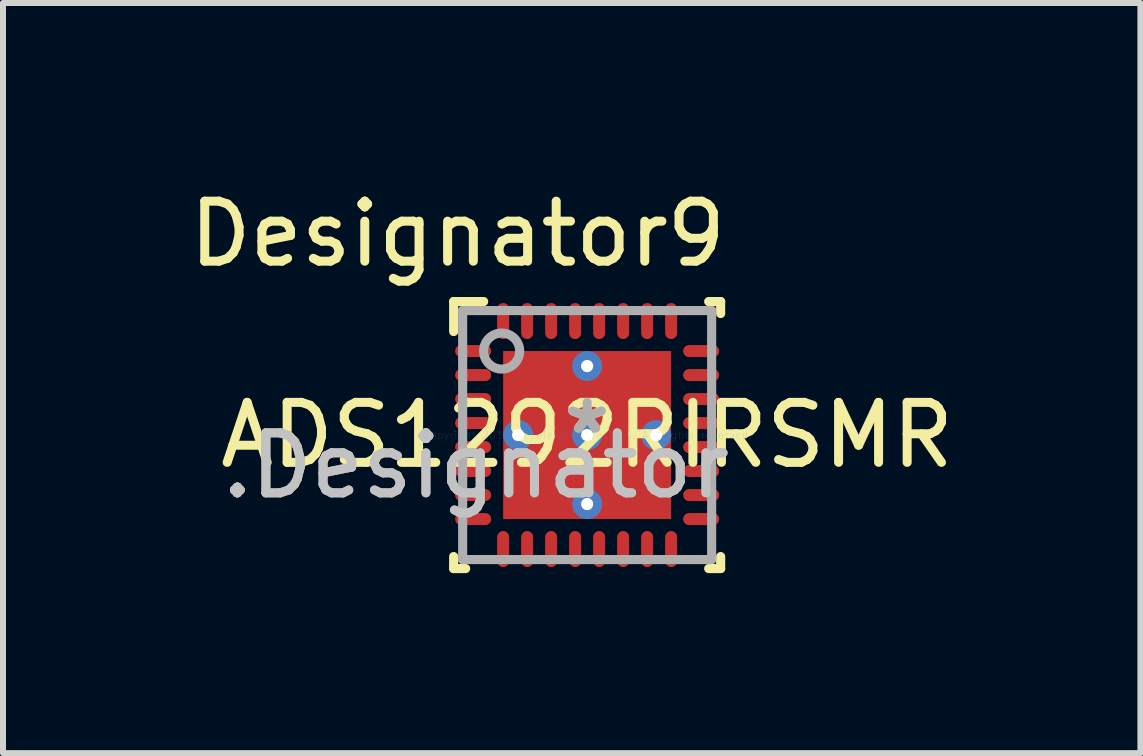
<source format=kicad_pcb>
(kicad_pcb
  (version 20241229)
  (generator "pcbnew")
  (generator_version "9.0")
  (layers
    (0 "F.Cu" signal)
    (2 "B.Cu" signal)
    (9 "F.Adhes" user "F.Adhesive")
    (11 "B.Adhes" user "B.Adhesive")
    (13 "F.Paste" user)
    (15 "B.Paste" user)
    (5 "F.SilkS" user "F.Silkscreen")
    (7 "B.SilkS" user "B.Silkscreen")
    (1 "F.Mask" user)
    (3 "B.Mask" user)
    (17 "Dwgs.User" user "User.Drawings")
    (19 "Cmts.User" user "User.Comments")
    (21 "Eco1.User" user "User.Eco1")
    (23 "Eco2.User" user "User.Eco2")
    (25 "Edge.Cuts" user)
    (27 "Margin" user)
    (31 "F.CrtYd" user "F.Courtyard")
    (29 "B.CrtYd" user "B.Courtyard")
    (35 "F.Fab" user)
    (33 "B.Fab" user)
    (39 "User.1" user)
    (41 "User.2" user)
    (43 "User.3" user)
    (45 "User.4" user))
  (footprint "ADS1292RIRSMR"
    (layer "F.Cu")
    (at 6.736 4.201)
    (property "Reference" "ADS1292RIRSMR" (at 0 0 0) (layer "F.SilkS") (effects (font (size 1 1) (thickness 0.15))))
    (attr through_hole)
    (fp_line (start -2.225 2.225) (end -2.225 2.025) (stroke (width 0.152) (type solid)) (layer "F.SilkS"))
    (fp_line (start -2.225 2.225) (end -2.025 2.225) (stroke (width 0.152) (type solid)) (layer "F.SilkS"))
    (fp_line (start -2.225 -2.225) (end -1.725 -2.225) (stroke (width 0.152) (type solid)) (layer "F.SilkS"))
    (fp_line (start -2.225 -1.725) (end -2.225 -2.225) (stroke (width 0.152) (type solid)) (layer "F.SilkS"))
    (fp_line (start 2.025 -2.225) (end 2.225 -2.225) (stroke (width 0.152) (type solid)) (layer "F.SilkS"))
    (fp_line (start 2.025 2.225) (end 2.225 2.225) (stroke (width 0.152) (type solid)) (layer "F.SilkS"))
    (fp_line (start 2.225 -2.025) (end 2.225 -2.225) (stroke (width 0.152) (type solid)) (layer "F.SilkS"))
    (fp_line (start 2.225 2.225) (end 2.225 2.025) (stroke (width 0.152) (type solid)) (layer "F.SilkS"))
    (fp_line (start -1.329 -1.329) (end -1.329 -0.1) (stroke (width 0.152) (type solid)) (layer "F.Paste"))
    (fp_line (start -1.329 -0.1) (end -0.1 -0.1) (stroke (width 0.152) (type solid)) (layer "F.Paste"))
    (fp_line (start -1.329 0.1) (end -1.329 1.329) (stroke (width 0.152) (type solid)) (layer "F.Paste"))
    (fp_line (start -1.329 1.329) (end -0.1 1.329) (stroke (width 0.152) (type solid)) (layer "F.Paste"))
    (fp_line (start -0.1 -1.329) (end -1.329 -1.329) (stroke (width 0.152) (type solid)) (layer "F.Paste"))
    (fp_line (start -0.1 -0.1) (end -0.1 -1.329) (stroke (width 0.152) (type solid)) (layer "F.Paste"))
    (fp_line (start -0.1 0.1) (end -1.329 0.1) (stroke (width 0.152) (type solid)) (layer "F.Paste"))
    (fp_line (start -0.1 1.329) (end -0.1 0.1) (stroke (width 0.152) (type solid)) (layer "F.Paste"))
    (fp_line (start 0.1 -1.329) (end 0.1 -0.1) (stroke (width 0.152) (type solid)) (layer "F.Paste"))
    (fp_line (start 0.1 -0.1) (end 1.329 -0.1) (stroke (width 0.152) (type solid)) (layer "F.Paste"))
    (fp_line (start 0.1 0.1) (end 0.1 1.329) (stroke (width 0.152) (type solid)) (layer "F.Paste"))
    (fp_line (start 0.1 1.329) (end 1.329 1.329) (stroke (width 0.152) (type solid)) (layer "F.Paste"))
    (fp_line (start 1.329 -1.329) (end 0.1 -1.329) (stroke (width 0.152) (type solid)) (layer "F.Paste"))
    (fp_line (start 1.329 -0.1) (end 1.329 -1.329) (stroke (width 0.152) (type solid)) (layer "F.Paste"))
    (fp_line (start 1.329 0.1) (end 0.1 0.1) (stroke (width 0.152) (type solid)) (layer "F.Paste"))
    (fp_line (start 1.329 1.329) (end 1.329 0.1) (stroke (width 0.152) (type solid)) (layer "F.Paste"))
    (fp_line (start -2.075 -2.075) (end 2.075 -2.075) (stroke (width 0.152) (type solid)) (layer "F.Fab"))
    (fp_line (start -2.075 2.075) (end -2.075 -2.075) (stroke (width 0.152) (type solid)) (layer "F.Fab"))
    (fp_line (start -2.075 2.075) (end 2.075 2.075) (stroke (width 0.152) (type solid)) (layer "F.Fab"))
    (fp_line (start 2.075 2.075) (end 2.075 -2.075) (stroke (width 0.152) (type solid)) (layer "F.Fab"))
    (fp_circle (center -1.425 -1.4) (end -1.125 -1.4) (stroke (width 0.152) (type solid)) (fill no) (layer "F.Fab"))
    (fp_text user "Designator9" (at -2.159 -3.353 0) (layer "F.SilkS") (effects (font (size 1 1) (thickness 0.15))))
    (fp_text user "*" (at 0 0 0) (layer "F.SilkS") (effects (font (size 1 1) (thickness 0.15))))
    (fp_text user ".Designator" (at -1.854 0.508 0) (layer "Dwgs.User") (effects (font (size 1 1) (thickness 0.15))))
    (fp_text user "Copyright 2016 Accelerated Designs. All rights reserved." (at 0 0 0) (layer "Cmts.User") (effects (font (size 0.127 0.127) (thickness 0.002))))
    (fp_text user ".Designator" (at -1.854 0.508 0) (layer "F.Fab") (effects (font (size 1 1) (thickness 0.15))))
    (fp_text user "*" (at 0 0 0) (layer "F.Fab") (effects (font (size 1 1) (thickness 0.15))))
    (pad "1" smd oval (at -1.9 -1.4 90) (size 0.2 0.6) (layers "F.Cu" "F.Mask" "F.Paste"))
    (pad "2" smd oval (at -1.9 -1 90) (size 0.2 0.6) (layers "F.Cu" "F.Mask" "F.Paste"))
    (pad "3" smd oval (at -1.9 -0.6 90) (size 0.2 0.6) (layers "F.Cu" "F.Mask" "F.Paste"))
    (pad "4" smd oval (at -1.9 -0.2 90) (size 0.2 0.6) (layers "F.Cu" "F.Mask" "F.Paste"))
    (pad "5" smd oval (at -1.9 0.2 90) (size 0.2 0.6) (layers "F.Cu" "F.Mask" "F.Paste"))
    (pad "6" smd oval (at -1.9 0.6 90) (size 0.2 0.6) (layers "F.Cu" "F.Mask" "F.Paste"))
    (pad "7" smd oval (at -1.9 1 90) (size 0.2 0.6) (layers "F.Cu" "F.Mask" "F.Paste"))
    (pad "8" smd oval (at -1.9 1.4 90) (size 0.2 0.6) (layers "F.Cu" "F.Mask" "F.Paste"))
    (pad "9" smd oval (at -1.4 1.9) (size 0.2 0.6) (layers "F.Cu" "F.Mask" "F.Paste"))
    (pad "10" smd oval (at -1 1.9) (size 0.2 0.6) (layers "F.Cu" "F.Mask" "F.Paste"))
    (pad "11" smd oval (at -0.6 1.9) (size 0.2 0.6) (layers "F.Cu" "F.Mask" "F.Paste"))
    (pad "12" smd oval (at -0.2 1.9) (size 0.2 0.6) (layers "F.Cu" "F.Mask" "F.Paste"))
    (pad "13" smd oval (at 0.2 1.9) (size 0.2 0.6) (layers "F.Cu" "F.Mask" "F.Paste"))
    (pad "14" smd oval (at 0.6 1.9) (size 0.2 0.6) (layers "F.Cu" "F.Mask" "F.Paste"))
    (pad "15" smd oval (at 1 1.9) (size 0.2 0.6) (layers "F.Cu" "F.Mask" "F.Paste"))
    (pad "16" smd oval (at 1.4 1.9) (size 0.2 0.6) (layers "F.Cu" "F.Mask" "F.Paste"))
    (pad "17" smd oval (at 1.9 1.4 90) (size 0.2 0.6) (layers "F.Cu" "F.Mask" "F.Paste"))
    (pad "18" smd oval (at 1.9 1 90) (size 0.2 0.6) (layers "F.Cu" "F.Mask" "F.Paste"))
    (pad "19" smd oval (at 1.9 0.6 90) (size 0.2 0.6) (layers "F.Cu" "F.Mask" "F.Paste"))
    (pad "20" smd oval (at 1.9 0.2 90) (size 0.2 0.6) (layers "F.Cu" "F.Mask" "F.Paste"))
    (pad "21" smd oval (at 1.9 -0.2 90) (size 0.2 0.6) (layers "F.Cu" "F.Mask" "F.Paste"))
    (pad "22" smd oval (at 1.9 -0.6 90) (size 0.2 0.6) (layers "F.Cu" "F.Mask" "F.Paste"))
    (pad "23" smd oval (at 1.9 -1 90) (size 0.2 0.6) (layers "F.Cu" "F.Mask" "F.Paste"))
    (pad "24" smd oval (at 1.9 -1.4 90) (size 0.2 0.6) (layers "F.Cu" "F.Mask" "F.Paste"))
    (pad "25" smd oval (at 1.4 -1.9) (size 0.2 0.6) (layers "F.Cu" "F.Mask" "F.Paste"))
    (pad "26" smd oval (at 1 -1.9) (size 0.2 0.6) (layers "F.Cu" "F.Mask" "F.Paste"))
    (pad "27" smd oval (at 0.6 -1.9) (size 0.2 0.6) (layers "F.Cu" "F.Mask" "F.Paste"))
    (pad "28" smd oval (at 0.2 -1.9) (size 0.2 0.6) (layers "F.Cu" "F.Mask" "F.Paste"))
    (pad "29" smd oval (at -0.2 -1.9) (size 0.2 0.6) (layers "F.Cu" "F.Mask" "F.Paste"))
    (pad "30" smd oval (at -0.6 -1.9) (size 0.2 0.6) (layers "F.Cu" "F.Mask" "F.Paste"))
    (pad "31" smd oval (at -1 -1.9) (size 0.2 0.6) (layers "F.Cu" "F.Mask" "F.Paste"))
    (pad "32" smd oval (at -1.4 -1.9) (size 0.2 0.6) (layers "F.Cu" "F.Mask" "F.Paste"))
    (pad "33" smd rect (at 0.000003 0) (size 2.8 2.8) (layers "F.Cu" "F.Mask" "F.Paste"))
    (pad "V" thru_hole circle (at -1.15 0) (size 0.5 0.5) (drill 0.203) (layers "*.Cu" "*.Mask"))
    (pad "V" thru_hole circle (at 0.000003 -1.15) (size 0.5 0.5) (drill 0.203) (layers "*.Cu" "*.Mask"))
    (pad "V" thru_hole circle (at 0.000003 0) (size 0.5 0.5) (drill 0.203) (layers "*.Cu" "*.Mask"))
    (pad "V" thru_hole circle (at 0.000003 1.15) (size 0.5 0.5) (drill 0.203) (layers "*.Cu" "*.Mask"))
    (pad "V" thru_hole circle (at 1.15 0) (size 0.5 0.5) (drill 0.203) (layers "*.Cu" "*.Mask")))
  (gr_rect
    (start -3 -3)
    (end 15.957 9.502)
    (stroke (width 0.1) (type default))
    (fill no)
    (layer "Edge.Cuts")))
</source>
